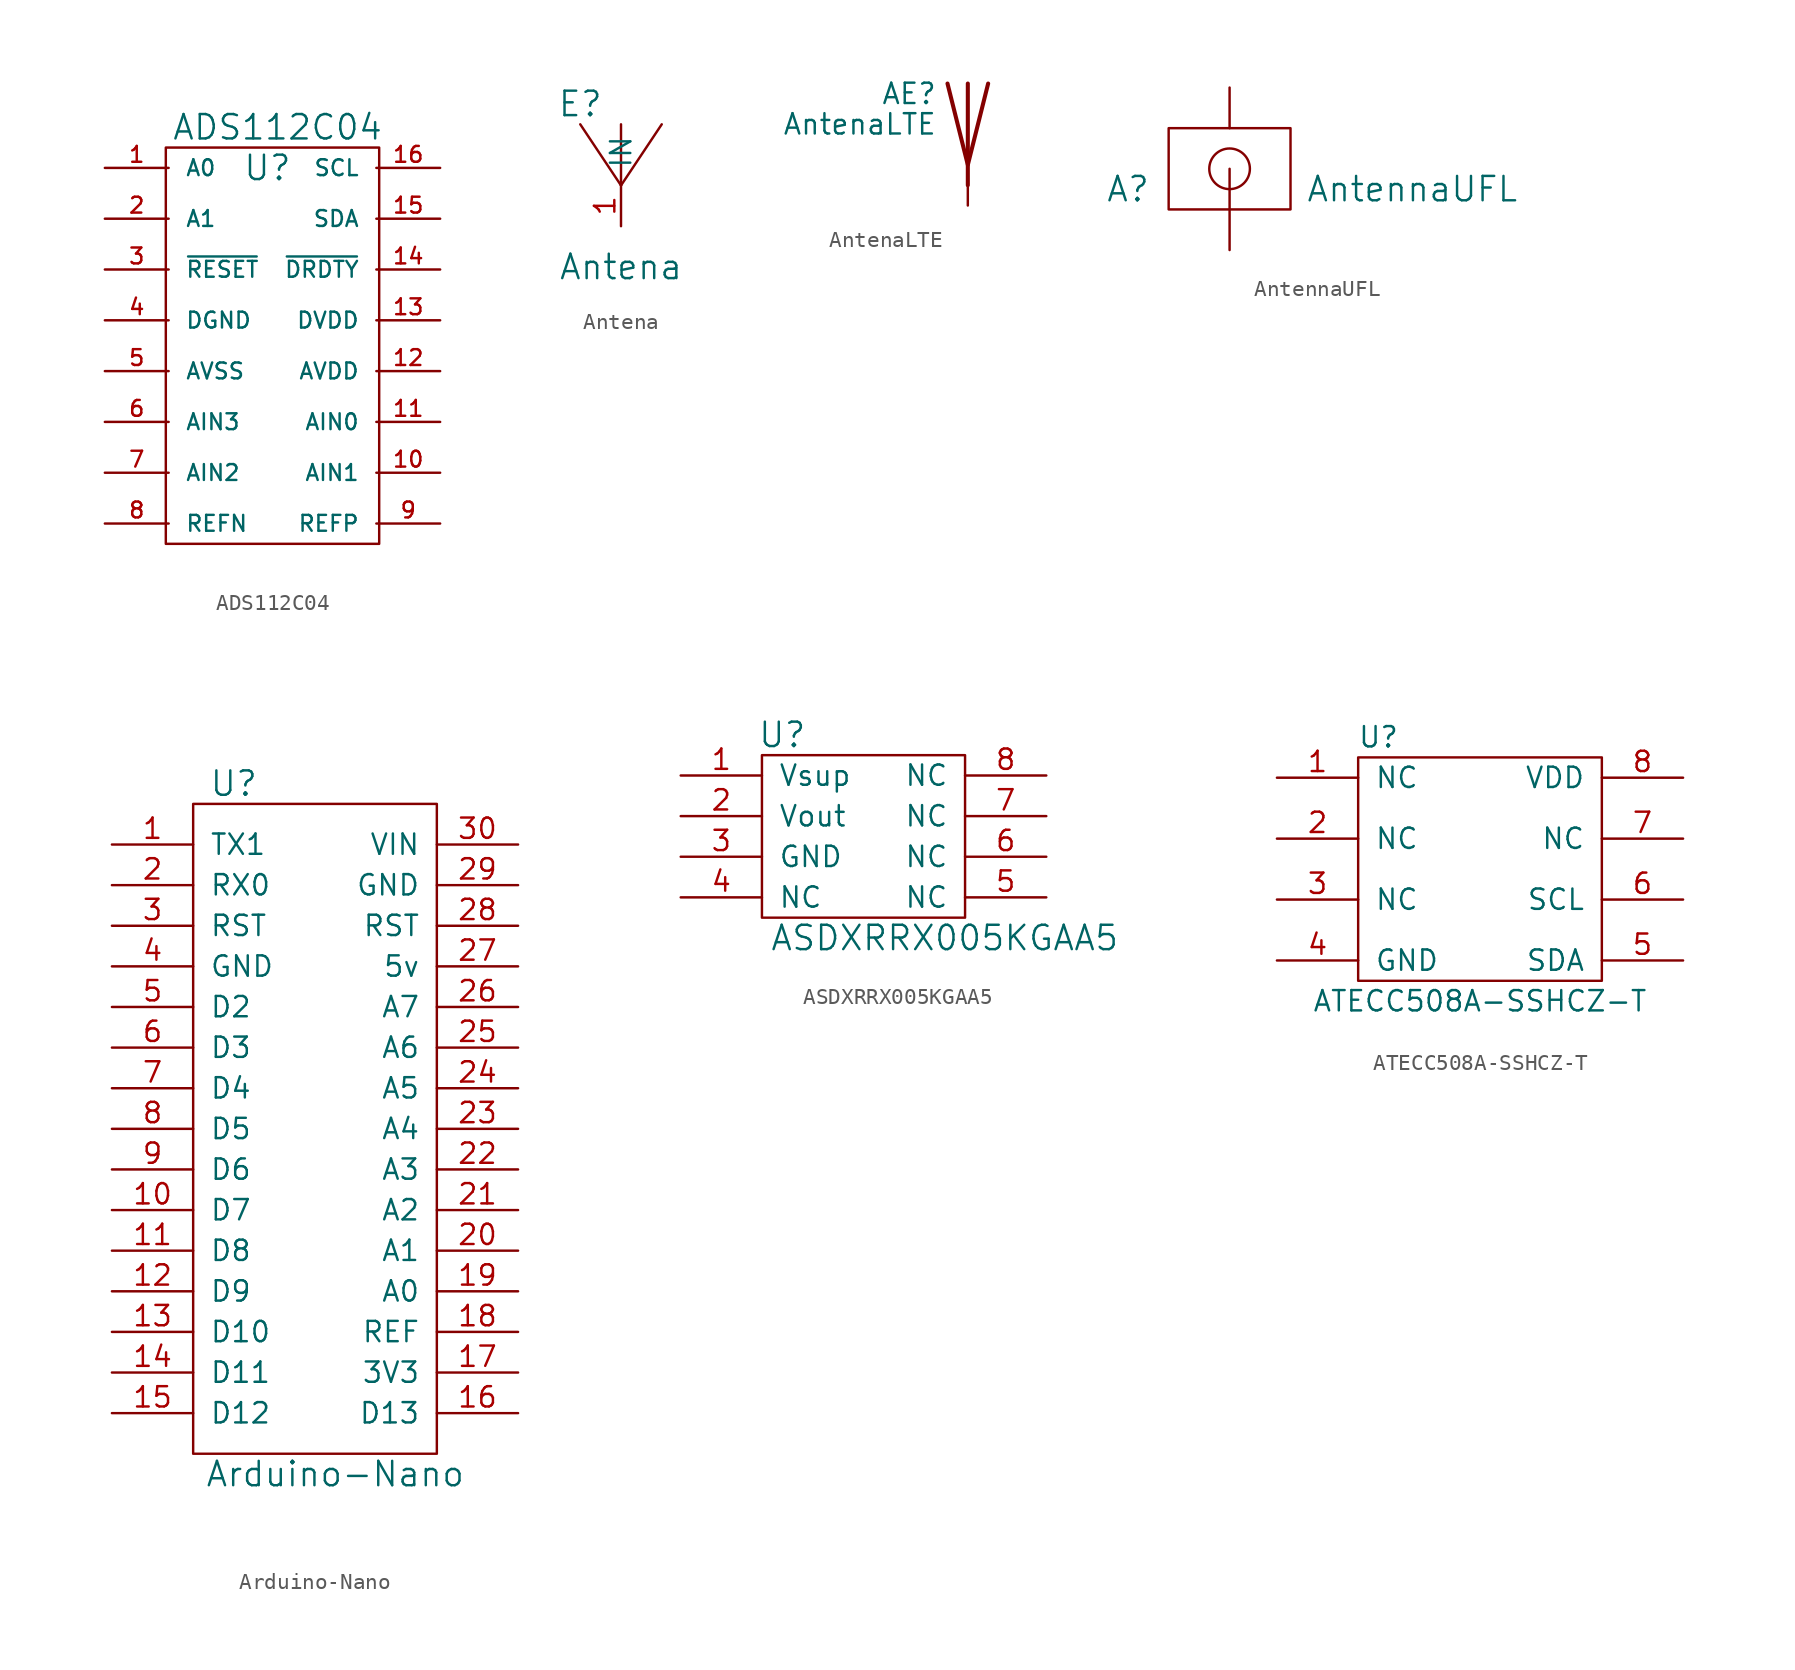
<source format=kicad_sym>
(kicad_symbol_lib
  (version 20211014)
  (generator kicad_symbol_editor)
  (symbol "ADS112C04"
    (pin_names
      (offset 1.016))
    (property "Reference" "U"
      (at 6.35 30.48 0)
      (effects (font (size 1.524 1.524))))
    (property "Value" "ADS112C04"
      (at 6.985 33.02 0)
      (effects (font (size 1.524 1.524))))
    (symbol "ADS112C04_0_1"
      (rectangle (start 13.335 31.75) (end 0 6.985) (stroke (width 0) (type default) (color 0 0 0 0)) (fill (type none))))
    (symbol "ADS112C04_1_1"
      (pin input line (at -3.81 30.48 0) (length 3.988) (name "A0" (effects (font (size 0.991 0.991)))) (number "1" (effects (font (size 0.991 0.991)))))
      (pin input line (at 17.145 11.43 180) (length 3.988) (name "AIN1" (effects (font (size 0.991 0.991)))) (number "10" (effects (font (size 0.991 0.991)))))
      (pin input line (at 17.145 14.605 180) (length 3.988) (name "AIN0" (effects (font (size 0.991 0.991)))) (number "11" (effects (font (size 0.991 0.991)))))
      (pin input line (at 17.145 17.78 180) (length 3.988) (name "AVDD" (effects (font (size 0.991 0.991)))) (number "12" (effects (font (size 0.991 0.991)))))
      (pin input line (at 17.145 20.955 180) (length 3.988) (name "DVDD" (effects (font (size 0.991 0.991)))) (number "13" (effects (font (size 0.991 0.991)))))
      (pin input line (at 17.145 24.13 180) (length 3.988) (name "~{DRDTY}" (effects (font (size 0.991 0.991)))) (number "14" (effects (font (size 0.991 0.991)))))
      (pin input line (at 17.145 27.305 180) (length 3.988) (name "SDA" (effects (font (size 0.991 0.991)))) (number "15" (effects (font (size 0.991 0.991)))))
      (pin input line (at 17.145 30.48 180) (length 3.988) (name "SCL" (effects (font (size 0.991 0.991)))) (number "16" (effects (font (size 0.991 0.991)))))
      (pin input line (at -3.81 27.305 0) (length 3.988) (name "A1" (effects (font (size 0.991 0.991)))) (number "2" (effects (font (size 0.991 0.991)))))
      (pin input line (at -3.81 24.13 0) (length 3.988) (name "~{RESET}" (effects (font (size 0.991 0.991)))) (number "3" (effects (font (size 0.991 0.991)))))
      (pin input line (at -3.81 20.955 0) (length 3.988) (name "DGND" (effects (font (size 0.991 0.991)))) (number "4" (effects (font (size 0.991 0.991)))))
      (pin input line (at -3.81 17.78 0) (length 3.988) (name "AVSS" (effects (font (size 0.991 0.991)))) (number "5" (effects (font (size 0.991 0.991)))))
      (pin input line (at -3.81 14.605 0) (length 3.988) (name "AIN3" (effects (font (size 0.991 0.991)))) (number "6" (effects (font (size 0.991 0.991)))))
      (pin input line (at -3.81 11.43 0) (length 3.988) (name "AIN2" (effects (font (size 0.991 0.991)))) (number "7" (effects (font (size 0.991 0.991)))))
      (pin input line (at -3.81 8.255 0) (length 3.988) (name "REFN" (effects (font (size 0.991 0.991)))) (number "8" (effects (font (size 0.991 0.991)))))
      (pin input line (at 17.145 8.255 180) (length 3.988) (name "REFP" (effects (font (size 0.991 0.991)))) (number "9" (effects (font (size 0.991 0.991)))))))
  (symbol "Antena"
    (pin_names
      (offset 1.016))
    (property "Reference" "E"
      (at -2.54 10.16 0)
      (effects (font (size 1.524 1.524))))
    (property "Value" "Antena"
      (at 0 0 0)
      (effects (font (size 1.524 1.524))))
    (symbol "Antena_0_1"
      (polyline (pts (xy 0 5.08) (xy -2.54 8.89)) (stroke (width 0) (type default) (color 0 0 0 0)) (fill (type none)))
      (polyline (pts (xy 0 5.08) (xy 0 8.89)) (stroke (width 0) (type default) (color 0 0 0 0)) (fill (type none)))
      (polyline (pts (xy 0 5.08) (xy 2.54 8.89)) (stroke (width 0) (type default) (color 0 0 0 0)) (fill (type none))))
    (symbol "Antena_1_1"
      (pin bidirectional line (at 0 2.54 90) (length 2.54) (name "IN" (effects (font (size 1.27 1.27)))) (number "1" (effects (font (size 1.27 1.27)))))))
  (symbol "AntenaLTE"
    (pin_numbers hide)
    (pin_names
      (offset 1.016) hide)
    (property "Reference" "AE"
      (at -1.905 1.905 0)
      (effects (font (size 1.27 1.27)) (justify right)))
    (property "Value" "AntenaLTE"
      (at -1.905 0 0)
      (effects (font (size 1.27 1.27)) (justify right)))
    (symbol "AntenaLTE_0_1"
      (polyline (pts (xy 0 2.54) (xy 0 -3.81)) (stroke (width 0.254) (type default) (color 0 0 0 0)) (fill (type none)))
      (polyline (pts (xy 1.27 2.54) (xy 0 -2.54) (xy -1.27 2.54)) (stroke (width 0.254) (type default) (color 0 0 0 0)) (fill (type none))))
    (symbol "AntenaLTE_1_1"
      (pin input line (at 0 -5.08 90) (length 2.54) (name "A" (effects (font (size 1.27 1.27)))) (number "1" (effects (font (size 1.27 1.27)))))))
  (symbol "AntennaUFL"
    (pin_numbers hide)
    (pin_names
      (offset 1.016) hide)
    (property "Reference" "A"
      (at -6.35 1.27 0)
      (effects (font (size 1.524 1.524))))
    (property "Value" "AntennaUFL"
      (at 11.43 1.27 0)
      (effects (font (size 1.524 1.524))))
    (symbol "AntennaUFL_0_1"
      (rectangle (start -3.81 5.08) (end 3.81 0) (stroke (width 0) (type default) (color 0 0 0 0)) (fill (type none)))
      (circle (center 0 2.54) (radius 1.27) (stroke (width 0) (type default) (color 0 0 0 0)) (fill (type none))))
    (symbol "AntennaUFL_1_1"
      (pin input line (at 0 -2.54 90) (length 5.08) (name "~" (effects (font (size 1.27 1.27)))) (number "1" (effects (font (size 1.27 1.27)))))
      (pin input line (at 0 7.62 270) (length 2.54) (name "GND" (effects (font (size 1.27 1.27)))) (number "2" (effects (font (size 1.27 1.27)))))))
  (symbol "Arduino-Nano"
    (pin_names
      (offset 1.016))
    (property "Reference" "U"
      (at -5.08 41.91 0)
      (effects (font (size 1.524 1.524))))
    (property "Value" "Arduino-Nano"
      (at 1.27 -1.27 0)
      (effects (font (size 1.524 1.524))))
    (symbol "Arduino-Nano_0_1"
      (rectangle (start -7.62 40.64) (end 7.62 0) (stroke (width 0) (type default) (color 0 0 0 0)) (fill (type none))))
    (symbol "Arduino-Nano_1_1"
      (pin input line (at -12.7 38.1 0) (length 5.08) (name "TX1" (effects (font (size 1.27 1.27)))) (number "1" (effects (font (size 1.27 1.27)))))
      (pin input line (at -12.7 15.24 0) (length 5.08) (name "D7" (effects (font (size 1.27 1.27)))) (number "10" (effects (font (size 1.27 1.27)))))
      (pin input line (at -12.7 12.7 0) (length 5.08) (name "D8" (effects (font (size 1.27 1.27)))) (number "11" (effects (font (size 1.27 1.27)))))
      (pin input line (at -12.7 10.16 0) (length 5.08) (name "D9" (effects (font (size 1.27 1.27)))) (number "12" (effects (font (size 1.27 1.27)))))
      (pin input line (at -12.7 7.62 0) (length 5.08) (name "D10" (effects (font (size 1.27 1.27)))) (number "13" (effects (font (size 1.27 1.27)))))
      (pin input line (at -12.7 5.08 0) (length 5.08) (name "D11" (effects (font (size 1.27 1.27)))) (number "14" (effects (font (size 1.27 1.27)))))
      (pin input line (at -12.7 2.54 0) (length 5.08) (name "D12" (effects (font (size 1.27 1.27)))) (number "15" (effects (font (size 1.27 1.27)))))
      (pin input line (at 12.7 2.54 180) (length 5.08) (name "D13" (effects (font (size 1.27 1.27)))) (number "16" (effects (font (size 1.27 1.27)))))
      (pin input line (at 12.7 5.08 180) (length 5.08) (name "3V3" (effects (font (size 1.27 1.27)))) (number "17" (effects (font (size 1.27 1.27)))))
      (pin input line (at 12.7 7.62 180) (length 5.08) (name "REF" (effects (font (size 1.27 1.27)))) (number "18" (effects (font (size 1.27 1.27)))))
      (pin input line (at 12.7 10.16 180) (length 5.08) (name "A0" (effects (font (size 1.27 1.27)))) (number "19" (effects (font (size 1.27 1.27)))))
      (pin input line (at -12.7 35.56 0) (length 5.08) (name "RX0" (effects (font (size 1.27 1.27)))) (number "2" (effects (font (size 1.27 1.27)))))
      (pin input line (at 12.7 12.7 180) (length 5.08) (name "A1" (effects (font (size 1.27 1.27)))) (number "20" (effects (font (size 1.27 1.27)))))
      (pin input line (at 12.7 15.24 180) (length 5.08) (name "A2" (effects (font (size 1.27 1.27)))) (number "21" (effects (font (size 1.27 1.27)))))
      (pin input line (at 12.7 17.78 180) (length 5.08) (name "A3" (effects (font (size 1.27 1.27)))) (number "22" (effects (font (size 1.27 1.27)))))
      (pin input line (at 12.7 20.32 180) (length 5.08) (name "A4" (effects (font (size 1.27 1.27)))) (number "23" (effects (font (size 1.27 1.27)))))
      (pin input line (at 12.7 22.86 180) (length 5.08) (name "A5" (effects (font (size 1.27 1.27)))) (number "24" (effects (font (size 1.27 1.27)))))
      (pin input line (at 12.7 25.4 180) (length 5.08) (name "A6" (effects (font (size 1.27 1.27)))) (number "25" (effects (font (size 1.27 1.27)))))
      (pin input line (at 12.7 27.94 180) (length 5.08) (name "A7" (effects (font (size 1.27 1.27)))) (number "26" (effects (font (size 1.27 1.27)))))
      (pin input line (at 12.7 30.48 180) (length 5.08) (name "5v" (effects (font (size 1.27 1.27)))) (number "27" (effects (font (size 1.27 1.27)))))
      (pin input line (at 12.7 33.02 180) (length 5.08) (name "RST" (effects (font (size 1.27 1.27)))) (number "28" (effects (font (size 1.27 1.27)))))
      (pin input line (at 12.7 35.56 180) (length 5.08) (name "GND" (effects (font (size 1.27 1.27)))) (number "29" (effects (font (size 1.27 1.27)))))
      (pin input line (at -12.7 33.02 0) (length 5.08) (name "RST" (effects (font (size 1.27 1.27)))) (number "3" (effects (font (size 1.27 1.27)))))
      (pin input line (at 12.7 38.1 180) (length 5.08) (name "VIN" (effects (font (size 1.27 1.27)))) (number "30" (effects (font (size 1.27 1.27)))))
      (pin input line (at -12.7 30.48 0) (length 5.08) (name "GND" (effects (font (size 1.27 1.27)))) (number "4" (effects (font (size 1.27 1.27)))))
      (pin input line (at -12.7 27.94 0) (length 5.08) (name "D2" (effects (font (size 1.27 1.27)))) (number "5" (effects (font (size 1.27 1.27)))))
      (pin input line (at -12.7 25.4 0) (length 5.08) (name "D3" (effects (font (size 1.27 1.27)))) (number "6" (effects (font (size 1.27 1.27)))))
      (pin input line (at -12.7 22.86 0) (length 5.08) (name "D4" (effects (font (size 1.27 1.27)))) (number "7" (effects (font (size 1.27 1.27)))))
      (pin input line (at -12.7 20.32 0) (length 5.08) (name "D5" (effects (font (size 1.27 1.27)))) (number "8" (effects (font (size 1.27 1.27)))))
      (pin input line (at -12.7 17.78 0) (length 5.08) (name "D6" (effects (font (size 1.27 1.27)))) (number "9" (effects (font (size 1.27 1.27)))))))
  (symbol "ASDXRRX005KGAA5"
    (pin_names
      (offset 1.016))
    (property "Reference" "U"
      (at -5.08 11.43 0)
      (effects (font (size 1.524 1.524))))
    (property "Value" "ASDXRRX005KGAA5"
      (at 5.08 -1.27 0)
      (effects (font (size 1.524 1.524))))
    (symbol "ASDXRRX005KGAA5_0_1"
      (rectangle (start -6.35 10.16) (end 6.35 0) (stroke (width 0) (type default) (color 0 0 0 0)) (fill (type none))))
    (symbol "ASDXRRX005KGAA5_1_1"
      (pin input line (at -11.43 8.89 0) (length 5.08) (name "Vsup" (effects (font (size 1.27 1.27)))) (number "1" (effects (font (size 1.27 1.27)))))
      (pin input line (at -11.43 6.35 0) (length 5.08) (name "Vout" (effects (font (size 1.27 1.27)))) (number "2" (effects (font (size 1.27 1.27)))))
      (pin input line (at -11.43 3.81 0) (length 5.08) (name "GND" (effects (font (size 1.27 1.27)))) (number "3" (effects (font (size 1.27 1.27)))))
      (pin input line (at -11.43 1.27 0) (length 5.08) (name "NC" (effects (font (size 1.27 1.27)))) (number "4" (effects (font (size 1.27 1.27)))))
      (pin input line (at 11.43 1.27 180) (length 5.08) (name "NC" (effects (font (size 1.27 1.27)))) (number "5" (effects (font (size 1.27 1.27)))))
      (pin input line (at 11.43 3.81 180) (length 5.08) (name "NC" (effects (font (size 1.27 1.27)))) (number "6" (effects (font (size 1.27 1.27)))))
      (pin input line (at 11.43 6.35 180) (length 5.08) (name "NC" (effects (font (size 1.27 1.27)))) (number "7" (effects (font (size 1.27 1.27)))))
      (pin input line (at 11.43 8.89 180) (length 5.08) (name "NC" (effects (font (size 1.27 1.27)))) (number "8" (effects (font (size 1.27 1.27)))))))
  (symbol "ATECC508A-SSHCZ-T"
    (pin_names
      (offset 1.016))
    (property "Reference" "U"
      (at 2.54 11.43 0)
      (effects (font (size 1.27 1.27))))
    (property "Value" "ATECC508A-SSHCZ-T"
      (at 8.89 -5.08 0)
      (effects (font (size 1.27 1.27))))
    (symbol "ATECC508A-SSHCZ-T_0_1"
      (rectangle (start 16.51 10.16) (end 1.27 -3.81) (stroke (width 0) (type default) (color 0 0 0 0)) (fill (type none))))
    (symbol "ATECC508A-SSHCZ-T_1_1"
      (pin input line (at -3.81 8.89 0) (length 5.08) (name "NC" (effects (font (size 1.27 1.27)))) (number "1" (effects (font (size 1.27 1.27)))))
      (pin input line (at -3.81 5.08 0) (length 5.08) (name "NC" (effects (font (size 1.27 1.27)))) (number "2" (effects (font (size 1.27 1.27)))))
      (pin input line (at -3.81 1.27 0) (length 5.08) (name "NC" (effects (font (size 1.27 1.27)))) (number "3" (effects (font (size 1.27 1.27)))))
      (pin input line (at -3.81 -2.54 0) (length 5.08) (name "GND" (effects (font (size 1.27 1.27)))) (number "4" (effects (font (size 1.27 1.27)))))
      (pin input line (at 21.59 -2.54 180) (length 5.08) (name "SDA" (effects (font (size 1.27 1.27)))) (number "5" (effects (font (size 1.27 1.27)))))
      (pin input line (at 21.59 1.27 180) (length 5.08) (name "SCL" (effects (font (size 1.27 1.27)))) (number "6" (effects (font (size 1.27 1.27)))))
      (pin input line (at 21.59 5.08 180) (length 5.08) (name "NC" (effects (font (size 1.27 1.27)))) (number "7" (effects (font (size 1.27 1.27)))))
      (pin input line (at 21.59 8.89 180) (length 5.08) (name "VDD" (effects (font (size 1.27 1.27)))) (number "8" (effects (font (size 1.27 1.27))))))))
</source>
